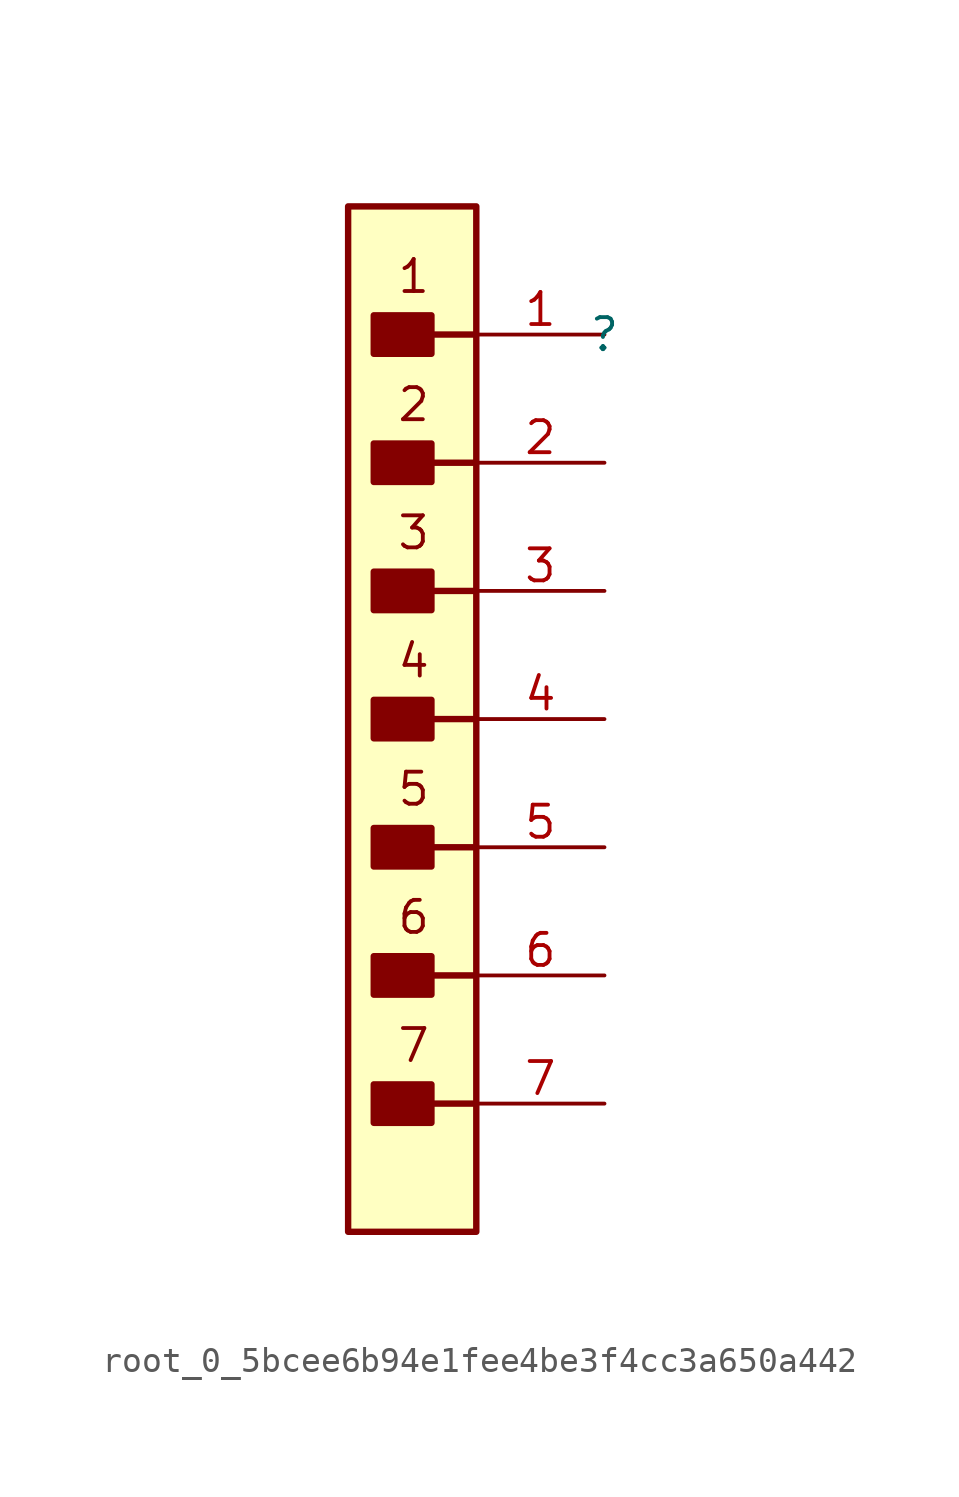
<source format=kicad_sym>
(kicad_symbol_lib
  (version 20220914)
  (generator kicad_symbol_editor)
  (symbol "root_0_5bcee6b94e1fee4be3f4cc3a650a442"
    (property "Reference" ""
      (at 0 0 0)
      (effects (font (size 1.27 1.27))))
    (property "Value" ""
      (at 0 0 0)
      (effects (font (size 1.27 1.27))))
    (symbol "root_0_5bcee6b94e1fee4be3f4cc3a650a442_1_0"
      (rectangle (start -6.858 -29.718) (end -9.144 -31.242) (stroke (width 0.254) (type solid)) (fill (type outline)))
      (rectangle (start -6.858 -24.638) (end -9.144 -26.162) (stroke (width 0.254) (type solid)) (fill (type outline)))
      (rectangle (start -6.858 -19.558) (end -9.144 -21.082) (stroke (width 0.254) (type solid)) (fill (type outline)))
      (rectangle (start -6.858 -14.478) (end -9.144 -16.002) (stroke (width 0.254) (type solid)) (fill (type outline)))
      (rectangle (start -6.858 -9.398) (end -9.144 -10.922) (stroke (width 0.254) (type solid)) (fill (type outline)))
      (rectangle (start -6.858 -4.318) (end -9.144 -5.842) (stroke (width 0.254) (type solid)) (fill (type outline)))
      (rectangle (start -6.858 0.762) (end -9.144 -0.762) (stroke (width 0.254) (type solid)) (fill (type outline)))
      (rectangle (start -5.08 5.08) (end -10.16 -35.56) (stroke (width 0.254) (type solid)) (fill (type background)))
      (polyline (pts (xy -6.858 -30.48) (xy -5.08 -30.48)) (stroke (width 0.254) (type solid)) (fill (type none)))
      (polyline (pts (xy -6.858 -25.4) (xy -5.08 -25.4)) (stroke (width 0.254) (type solid)) (fill (type none)))
      (polyline (pts (xy -6.858 -20.32) (xy -5.08 -20.32)) (stroke (width 0.254) (type solid)) (fill (type none)))
      (polyline (pts (xy -6.858 -15.24) (xy -5.08 -15.24)) (stroke (width 0.254) (type solid)) (fill (type none)))
      (polyline (pts (xy -6.858 -10.16) (xy -5.08 -10.16)) (stroke (width 0.254) (type solid)) (fill (type none)))
      (polyline (pts (xy -6.858 -5.08) (xy -5.08 -5.08)) (stroke (width 0.254) (type solid)) (fill (type none)))
      (polyline (pts (xy -6.858 0) (xy -5.08 0)) (stroke (width 0.254) (type solid)) (fill (type none)))
      (text "1" (at -6.858 3.048 0) (effects (font (size 1.27 1.27)) (justify right top)))
      (text "2" (at -6.858 -2.032 0) (effects (font (size 1.27 1.27)) (justify right top)))
      (text "3" (at -6.858 -7.112 0) (effects (font (size 1.27 1.27)) (justify right top)))
      (text "4" (at -6.858 -12.192 0) (effects (font (size 1.27 1.27)) (justify right top)))
      (text "5" (at -6.858 -17.272 0) (effects (font (size 1.27 1.27)) (justify right top)))
      (text "6" (at -6.858 -22.352 0) (effects (font (size 1.27 1.27)) (justify right top)))
      (text "7" (at -6.858 -27.432 0) (effects (font (size 1.27 1.27)) (justify right top)))
      (pin passive line (at 0 0 180) (length 5.08) (name "1" (effects (font (size 0 0)))) (number "1" (effects (font (size 1.27 1.27)))))
      (pin passive line (at 0 -5.08 180) (length 5.08) (name "2" (effects (font (size 0 0)))) (number "2" (effects (font (size 1.27 1.27)))))
      (pin passive line (at 0 -10.16 180) (length 5.08) (name "3" (effects (font (size 0 0)))) (number "3" (effects (font (size 1.27 1.27)))))
      (pin passive line (at 0 -15.24 180) (length 5.08) (name "4" (effects (font (size 0 0)))) (number "4" (effects (font (size 1.27 1.27)))))
      (pin passive line (at 0 -20.32 180) (length 5.08) (name "5" (effects (font (size 0 0)))) (number "5" (effects (font (size 1.27 1.27)))))
      (pin passive line (at 0 -25.4 180) (length 5.08) (name "6" (effects (font (size 0 0)))) (number "6" (effects (font (size 1.27 1.27)))))
      (pin passive line (at 0 -30.48 180) (length 5.08) (name "7" (effects (font (size 0 0)))) (number "7" (effects (font (size 1.27 1.27))))))))
</source>
